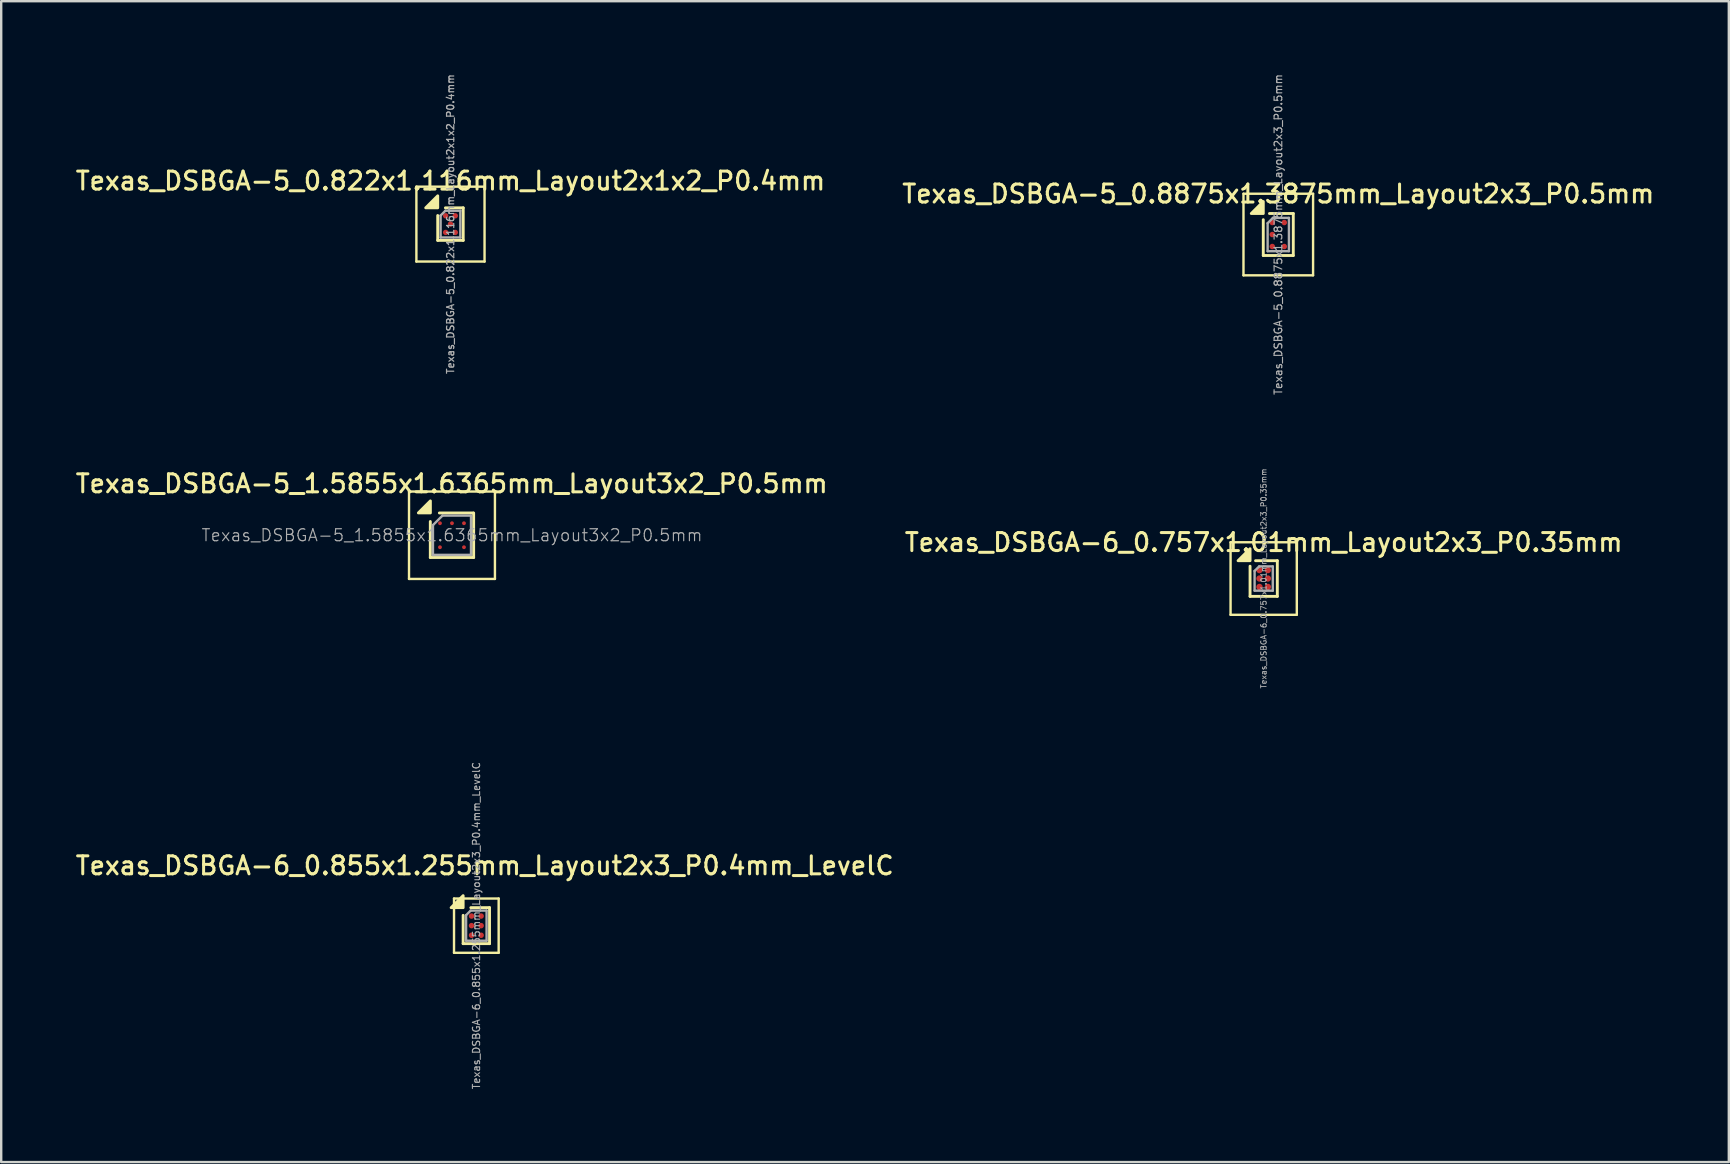
<source format=kicad_pcb>
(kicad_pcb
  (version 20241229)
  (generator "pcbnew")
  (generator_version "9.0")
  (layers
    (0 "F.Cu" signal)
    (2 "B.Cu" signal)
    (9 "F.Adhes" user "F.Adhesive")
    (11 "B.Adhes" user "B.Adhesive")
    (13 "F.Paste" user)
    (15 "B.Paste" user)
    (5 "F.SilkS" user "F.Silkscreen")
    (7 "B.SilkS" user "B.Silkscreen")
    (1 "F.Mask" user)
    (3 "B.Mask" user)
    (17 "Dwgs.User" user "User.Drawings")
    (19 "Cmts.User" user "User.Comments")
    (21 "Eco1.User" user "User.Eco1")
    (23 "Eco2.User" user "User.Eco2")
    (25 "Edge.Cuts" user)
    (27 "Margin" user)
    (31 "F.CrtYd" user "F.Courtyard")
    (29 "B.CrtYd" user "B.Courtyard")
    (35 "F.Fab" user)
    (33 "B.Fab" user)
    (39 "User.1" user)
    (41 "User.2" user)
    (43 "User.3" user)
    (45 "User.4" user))
  (footprint "Texas_DSBGA-5_0.8875x1.3875mm_Layout2x3_P0.5mm"
    (layer "F.Cu")
    (at 50.213 6.722)
    (property "Reference" "Texas_DSBGA-5_0.8875x1.3875mm_Layout2x3_P0.5mm" (at 0 -1.694 0) (layer "F.SilkS") (effects (font (size 0.75 0.75) (thickness 0.125))))
    (attr smd)
    (fp_line (start -1.45 -1.7) (end -1.45 1.7) (stroke (width 0.1) (type solid)) (layer "F.SilkS"))
    (fp_line (start -1.45 1.7) (end 1.45 1.7) (stroke (width 0.1) (type solid)) (layer "F.SilkS"))
    (fp_line (start -0.625 0.875) (end -0.625 -0.618) (stroke (width 0.12) (type solid)) (layer "F.SilkS"))
    (fp_line (start -0.367 -0.875) (end 0.625 -0.875) (stroke (width 0.12) (type solid)) (layer "F.SilkS"))
    (fp_line (start 0.625 -0.875) (end 0.625 0.875) (stroke (width 0.12) (type solid)) (layer "F.SilkS"))
    (fp_line (start 0.625 0.875) (end -0.625 0.875) (stroke (width 0.12) (type solid)) (layer "F.SilkS"))
    (fp_line (start 1.45 -1.7) (end -1.45 -1.7) (stroke (width 0.1) (type solid)) (layer "F.SilkS"))
    (fp_line (start 1.45 1.7) (end 1.45 -1.7) (stroke (width 0.1) (type solid)) (layer "F.SilkS"))
    (fp_poly (pts (xy -0.625 -0.875) (xy -1.125 -0.875) (xy -0.625 -1.375) (xy -0.625 -0.875)) (stroke (width 0.12) (type solid)) (fill yes) (layer "F.SilkS"))
    (fp_line (start -0.444 -0.472) (end -0.222 -0.694) (stroke (width 0.1) (type solid)) (layer "F.Fab"))
    (fp_line (start -0.444 0.694) (end -0.444 -0.472) (stroke (width 0.1) (type solid)) (layer "F.Fab"))
    (fp_line (start -0.222 -0.694) (end 0.444 -0.694) (stroke (width 0.1) (type solid)) (layer "F.Fab"))
    (fp_line (start 0.444 -0.694) (end 0.444 0.694) (stroke (width 0.1) (type solid)) (layer "F.Fab"))
    (fp_line (start 0.444 0.694) (end -0.444 0.694) (stroke (width 0.1) (type solid)) (layer "F.Fab"))
    (fp_text user "${REFERENCE}" (at 0 0 270) (layer "F.Fab") (effects (font (size 0.32 0.32) (thickness 0.048))))
    (pad "A1" smd circle (at -0.25 -0.5) (size 0.23 0.23) (property pad_prop_bga) (layers "F.Cu" "F.Mask" "F.Paste"))
    (pad "A2" smd circle (at 0.25 -0.5) (size 0.23 0.23) (property pad_prop_bga) (layers "F.Cu" "F.Mask" "F.Paste"))
    (pad "B1" smd circle (at -0.25 0) (size 0.23 0.23) (property pad_prop_bga) (layers "F.Cu" "F.Mask" "F.Paste"))
    (pad "C1" smd circle (at -0.25 0.5) (size 0.23 0.23) (property pad_prop_bga) (layers "F.Cu" "F.Mask" "F.Paste"))
    (pad "C2" smd circle (at 0.25 0.5) (size 0.23 0.23) (property pad_prop_bga) (layers "F.Cu" "F.Mask" "F.Paste")))
  (footprint "Texas_DSBGA-6_0.855x1.255mm_Layout2x3_P0.4mm_LevelC"
    (layer "F.Cu")
    (at 16.798 35.52)
    (property "Reference" "Texas_DSBGA-6_0.855x1.255mm_Layout2x3_P0.4mm_LevelC" (at 0.35 -2.5 0) (layer "F.SilkS") (effects (font (size 0.75 0.75) (thickness 0.125))))
    (attr smd)
    (fp_line (start -0.93 -1.13) (end -0.93 1.13) (stroke (width 0.1) (type solid)) (layer "F.SilkS"))
    (fp_line (start -0.93 1.13) (end 0.93 1.13) (stroke (width 0.1) (type solid)) (layer "F.SilkS"))
    (fp_line (start -0.55 0.75) (end -0.55 -0.43) (stroke (width 0.12) (type solid)) (layer "F.SilkS"))
    (fp_line (start 0.55 -0.75) (end -0.23 -0.75) (stroke (width 0.12) (type solid)) (layer "F.SilkS"))
    (fp_line (start 0.55 -0.75) (end 0.55 0.75) (stroke (width 0.12) (type solid)) (layer "F.SilkS"))
    (fp_line (start 0.55 0.75) (end -0.55 0.75) (stroke (width 0.12) (type solid)) (layer "F.SilkS"))
    (fp_line (start 0.93 -1.13) (end -0.93 -1.13) (stroke (width 0.1) (type solid)) (layer "F.SilkS"))
    (fp_line (start 0.93 1.13) (end 0.93 -1.13) (stroke (width 0.1) (type solid)) (layer "F.SilkS"))
    (fp_poly (pts (xy -0.55 -0.75) (xy -1.05 -0.75) (xy -0.55 -1.25) (xy -0.55 -0.75)) (stroke (width 0.12) (type solid)) (fill yes) (layer "F.SilkS"))
    (fp_rect (start -0.275 -0.475) (end -0.125 -0.325) (stroke (width 0.1) (type solid)) (fill yes) (layer "F.Paste"))
    (fp_rect (start -0.275 -0.075) (end -0.125 0.075) (stroke (width 0.1) (type solid)) (fill yes) (layer "F.Paste"))
    (fp_rect (start -0.275 0.325) (end -0.125 0.475) (stroke (width 0.1) (type solid)) (fill yes) (layer "F.Paste"))
    (fp_rect (start 0.125 -0.475) (end 0.275 -0.325) (stroke (width 0.1) (type solid)) (fill yes) (layer "F.Paste"))
    (fp_rect (start 0.125 -0.075) (end 0.275 0.075) (stroke (width 0.1) (type solid)) (fill yes) (layer "F.Paste"))
    (fp_rect (start 0.125 0.325) (end 0.275 0.475) (stroke (width 0.1) (type solid)) (fill yes) (layer "F.Paste"))
    (fp_line (start -0.427 -0.438) (end -0.237 -0.627) (stroke (width 0.1) (type solid)) (layer "F.Fab"))
    (fp_line (start -0.427 0.627) (end -0.427 -0.438) (stroke (width 0.1) (type solid)) (layer "F.Fab"))
    (fp_line (start -0.237 -0.627) (end 0.427 -0.627) (stroke (width 0.1) (type solid)) (layer "F.Fab"))
    (fp_line (start 0.427 -0.627) (end 0.427 0.627) (stroke (width 0.1) (type solid)) (layer "F.Fab"))
    (fp_line (start 0.427 0.627) (end -0.427 0.627) (stroke (width 0.1) (type solid)) (layer "F.Fab"))
    (fp_text user "${REFERENCE}" (at 0 0 270) (layer "F.Fab") (effects (font (size 0.3 0.3) (thickness 0.045))))
    (pad "A1" smd circle (at -0.2 -0.4) (size 0.23 0.23) (property pad_prop_bga) (layers "F.Cu" "F.Mask"))
    (pad "A2" smd circle (at 0.2 -0.4) (size 0.23 0.23) (property pad_prop_bga) (layers "F.Cu" "F.Mask"))
    (pad "B1" smd circle (at -0.2 0) (size 0.23 0.23) (property pad_prop_bga) (layers "F.Cu" "F.Mask"))
    (pad "B2" smd circle (at 0.2 0) (size 0.23 0.23) (property pad_prop_bga) (layers "F.Cu" "F.Mask"))
    (pad "C1" smd circle (at -0.2 0.4) (size 0.23 0.23) (property pad_prop_bga) (layers "F.Cu" "F.Mask"))
    (pad "C2" smd circle (at 0.2 0.4) (size 0.23 0.23) (property pad_prop_bga) (layers "F.Cu" "F.Mask")))
  (footprint "Texas_DSBGA-5_1.5855x1.6365mm_Layout3x2_P0.5mm"
    (layer "F.Cu")
    (at 15.783 19.252)
    (property "Reference" "Texas_DSBGA-5_1.5855x1.6365mm_Layout3x2_P0.5mm" (at -0.01 -2.15 0) (layer "F.SilkS") (effects (font (size 0.75 0.75) (thickness 0.125))))
    (attr smd)
    (fp_line (start -1.79 -1.82) (end -1.79 1.82) (stroke (width 0.1) (type solid)) (layer "F.SilkS"))
    (fp_line (start -1.79 1.82) (end 1.79 1.82) (stroke (width 0.1) (type solid)) (layer "F.SilkS"))
    (fp_line (start -0.903 -0.572) (end -0.903 0.928) (stroke (width 0.12) (type solid)) (layer "F.SilkS"))
    (fp_line (start -0.903 0.928) (end 0.903 0.928) (stroke (width 0.12) (type solid)) (layer "F.SilkS"))
    (fp_line (start 0.875 -0.928) (end -0.525 -0.928) (stroke (width 0.12) (type solid)) (layer "F.SilkS"))
    (fp_line (start 0.903 0.928) (end 0.903 -0.928) (stroke (width 0.12) (type solid)) (layer "F.SilkS"))
    (fp_line (start 1.79 -1.82) (end -1.79 -1.82) (stroke (width 0.1) (type solid)) (layer "F.SilkS"))
    (fp_line (start 1.79 1.82) (end 1.79 -1.82) (stroke (width 0.1) (type solid)) (layer "F.SilkS"))
    (fp_poly (pts (xy -0.9 -0.93) (xy -1.4 -0.93) (xy -0.9 -1.43) (xy -0.9 -0.93)) (stroke (width 0.12) (type solid)) (fill yes) (layer "F.SilkS"))
    (fp_line (start -0.793 -0.422) (end -0.793 0.818) (stroke (width 0.1) (type solid)) (layer "F.Fab"))
    (fp_line (start -0.793 0.818) (end 0.793 0.818) (stroke (width 0.1) (type solid)) (layer "F.Fab"))
    (fp_line (start -0.396 -0.818) (end -0.793 -0.422) (stroke (width 0.1) (type solid)) (layer "F.Fab"))
    (fp_line (start 0.793 -0.818) (end -0.396 -0.818) (stroke (width 0.1) (type solid)) (layer "F.Fab"))
    (fp_line (start 0.793 0.818) (end 0.793 -0.818) (stroke (width 0.1) (type solid)) (layer "F.Fab"))
    (fp_text user "${REFERENCE}" (at 0 0 180) (layer "F.Fab") (effects (font (size 0.5 0.5) (thickness 0.048))))
    (pad "A1" smd circle (at -0.5 -0.5 270) (size 0.16 0.16) (layers "F.Cu" "F.Mask" "F.Paste"))
    (pad "A2" smd circle (at 0 -0.5 270) (size 0.16 0.16) (layers "F.Cu" "F.Mask" "F.Paste"))
    (pad "A3" smd circle (at 0.5 -0.5 270) (size 0.16 0.16) (layers "F.Cu" "F.Mask" "F.Paste"))
    (pad "B1" smd circle (at -0.5 0.5 270) (size 0.16 0.16) (layers "F.Cu" "F.Mask" "F.Paste"))
    (pad "B3" smd circle (at 0.5 0.5 270) (size 0.16 0.16) (layers "F.Cu" "F.Mask" "F.Paste")))
  (footprint "Texas_DSBGA-6_0.757x1.01mm_Layout2x3_P0.35mm"
    (layer "F.Cu")
    (at 49.605 21.056)
    (property "Reference" "Texas_DSBGA-6_0.757x1.01mm_Layout2x3_P0.35mm" (at 0 -1.505 0) (layer "F.SilkS") (effects (font (size 0.75 0.75) (thickness 0.125))))
    (attr smd)
    (fp_line (start -1.38 -1.51) (end -1.38 1.51) (stroke (width 0.1) (type solid)) (layer "F.SilkS"))
    (fp_line (start -1.38 1.51) (end 1.38 1.51) (stroke (width 0.1) (type solid)) (layer "F.SilkS"))
    (fp_line (start -0.568 0.743) (end -0.568 -0.514) (stroke (width 0.12) (type solid)) (layer "F.SilkS"))
    (fp_line (start -0.339 -0.743) (end 0.568 -0.743) (stroke (width 0.12) (type solid)) (layer "F.SilkS"))
    (fp_line (start 0.568 -0.743) (end 0.568 0.743) (stroke (width 0.12) (type solid)) (layer "F.SilkS"))
    (fp_line (start 0.568 0.743) (end -0.568 0.743) (stroke (width 0.12) (type solid)) (layer "F.SilkS"))
    (fp_line (start 1.38 -1.51) (end -1.38 -1.51) (stroke (width 0.1) (type solid)) (layer "F.SilkS"))
    (fp_line (start 1.38 1.51) (end 1.38 -1.51) (stroke (width 0.1) (type solid)) (layer "F.SilkS"))
    (fp_poly (pts (xy -0.568 -0.743) (xy -1.067 -0.743) (xy -0.568 -1.242) (xy -0.568 -0.743)) (stroke (width 0.12) (type solid)) (fill yes) (layer "F.SilkS"))
    (fp_line (start -0.379 -0.316) (end -0.189 -0.505) (stroke (width 0.1) (type solid)) (layer "F.Fab"))
    (fp_line (start -0.379 0.505) (end -0.379 -0.316) (stroke (width 0.1) (type solid)) (layer "F.Fab"))
    (fp_line (start -0.189 -0.505) (end 0.379 -0.505) (stroke (width 0.1) (type solid)) (layer "F.Fab"))
    (fp_line (start 0.379 -0.505) (end 0.379 0.505) (stroke (width 0.1) (type solid)) (layer "F.Fab"))
    (fp_line (start 0.379 0.505) (end -0.379 0.505) (stroke (width 0.1) (type solid)) (layer "F.Fab"))
    (fp_text user "${REFERENCE}" (at 0 0 270) (layer "F.Fab") (effects (font (size 0.23 0.23) (thickness 0.035))))
    (pad "" smd roundrect (at -0.175 -0.35) (size 0.21 0.21) (layers "F.Paste") (roundrect_rratio 0.185))
    (pad "" smd roundrect (at -0.175 0) (size 0.21 0.21) (layers "F.Paste") (roundrect_rratio 0.185))
    (pad "" smd roundrect (at -0.175 0.35) (size 0.21 0.21) (layers "F.Paste") (roundrect_rratio 0.185))
    (pad "" smd roundrect (at 0.175 -0.35) (size 0.21 0.21) (layers "F.Paste") (roundrect_rratio 0.185))
    (pad "" smd roundrect (at 0.175 0) (size 0.21 0.21) (layers "F.Paste") (roundrect_rratio 0.185))
    (pad "" smd roundrect (at 0.175 0.35) (size 0.21 0.21) (layers "F.Paste") (roundrect_rratio 0.185))
    (pad "A1" smd circle (at -0.175 -0.35) (size 0.265 0.265) (property pad_prop_bga) (layers "F.Cu" "F.Mask"))
    (pad "A2" smd circle (at 0.175 -0.35) (size 0.265 0.265) (property pad_prop_bga) (layers "F.Cu" "F.Mask"))
    (pad "B1" smd circle (at -0.175 0) (size 0.265 0.265) (property pad_prop_bga) (layers "F.Cu" "F.Mask"))
    (pad "B2" smd circle (at 0.175 0) (size 0.265 0.265) (property pad_prop_bga) (layers "F.Cu" "F.Mask"))
    (pad "C1" smd circle (at -0.175 0.35) (size 0.265 0.265) (property pad_prop_bga) (layers "F.Cu" "F.Mask"))
    (pad "C2" smd circle (at 0.175 0.35) (size 0.265 0.265) (property pad_prop_bga) (layers "F.Cu" "F.Mask")))
  (footprint "Texas_DSBGA-5_0.822x1.116mm_Layout2x1x2_P0.4mm"
    (layer "F.Cu")
    (at 15.72 6.288)
    (property "Reference" "Texas_DSBGA-5_0.822x1.116mm_Layout2x1x2_P0.4mm" (at 0 -1.8 0) (layer "F.SilkS") (effects (font (size 0.75 0.75) (thickness 0.125))))
    (attr smd)
    (fp_line (start -1.42 -1.56) (end -1.42 1.56) (stroke (width 0.1) (type solid)) (layer "F.SilkS"))
    (fp_line (start -1.42 -1.56) (end 1.42 -1.56) (stroke (width 0.1) (type solid)) (layer "F.SilkS"))
    (fp_line (start -0.531 -0.358) (end -0.531 0.678) (stroke (width 0.12) (type solid)) (layer "F.SilkS"))
    (fp_line (start -0.531 0.678) (end 0.531 0.678) (stroke (width 0.12) (type solid)) (layer "F.SilkS"))
    (fp_line (start 0.531 -0.678) (end -0.211 -0.678) (stroke (width 0.12) (type solid)) (layer "F.SilkS"))
    (fp_line (start 0.531 -0.678) (end 0.531 0.678) (stroke (width 0.12) (type solid)) (layer "F.SilkS"))
    (fp_line (start 1.42 1.56) (end -1.42 1.56) (stroke (width 0.1) (type solid)) (layer "F.SilkS"))
    (fp_line (start 1.42 1.56) (end 1.42 -1.56) (stroke (width 0.1) (type solid)) (layer "F.SilkS"))
    (fp_poly (pts (xy -0.531 -0.678) (xy -1.031 -0.678) (xy -0.531 -1.178) (xy -0.531 -0.678)) (stroke (width 0.12) (type solid)) (fill yes) (layer "F.SilkS"))
    (fp_line (start -0.411 -0.358) (end -0.411 0.558) (stroke (width 0.1) (type solid)) (layer "F.Fab"))
    (fp_line (start -0.411 -0.358) (end -0.211 -0.558) (stroke (width 0.1) (type solid)) (layer "F.Fab"))
    (fp_line (start -0.411 0.558) (end 0.411 0.558) (stroke (width 0.1) (type solid)) (layer "F.Fab"))
    (fp_line (start 0.411 -0.558) (end -0.211 -0.558) (stroke (width 0.1) (type solid)) (layer "F.Fab"))
    (fp_line (start 0.411 0.558) (end 0.411 -0.558) (stroke (width 0.1) (type solid)) (layer "F.Fab"))
    (fp_text user "${REFERENCE}" (at 0 0 90) (layer "F.Fab") (effects (font (size 0.3 0.3) (thickness 0.05))))
    (pad "" smd rect (at -0.2 -0.346) (size 0.25 0.25) (layers "F.Paste"))
    (pad "" smd rect (at -0.2 0.346) (size 0.25 0.25) (layers "F.Paste"))
    (pad "" smd rect (at 0 0) (size 0.25 0.25) (layers "F.Paste"))
    (pad "" smd rect (at 0.2 -0.346) (size 0.25 0.25) (layers "F.Paste"))
    (pad "" smd rect (at 0.2 0.346) (size 0.25 0.25) (layers "F.Paste"))
    (pad "A1" smd circle (at -0.2 -0.346) (size 0.225 0.225) (property pad_prop_bga) (layers "F.Cu" "F.Mask"))
    (pad "A3" smd circle (at 0.2 -0.346) (size 0.225 0.225) (property pad_prop_bga) (layers "F.Cu" "F.Mask"))
    (pad "B2" smd circle (at 0 0) (size 0.225 0.225) (property pad_prop_bga) (layers "F.Cu" "F.Mask"))
    (pad "C1" smd circle (at -0.2 0.346) (size 0.225 0.225) (property pad_prop_bga) (layers "F.Cu" "F.Mask"))
    (pad "C3" smd circle (at 0.2 0.346) (size 0.225 0.225) (property pad_prop_bga) (layers "F.Cu" "F.Mask")))
  (gr_rect
    (start -3 -3)
    (end 68.986 45.372)
    (stroke (width 0.1) (type default))
    (fill no)
    (layer "Edge.Cuts")))
</source>
